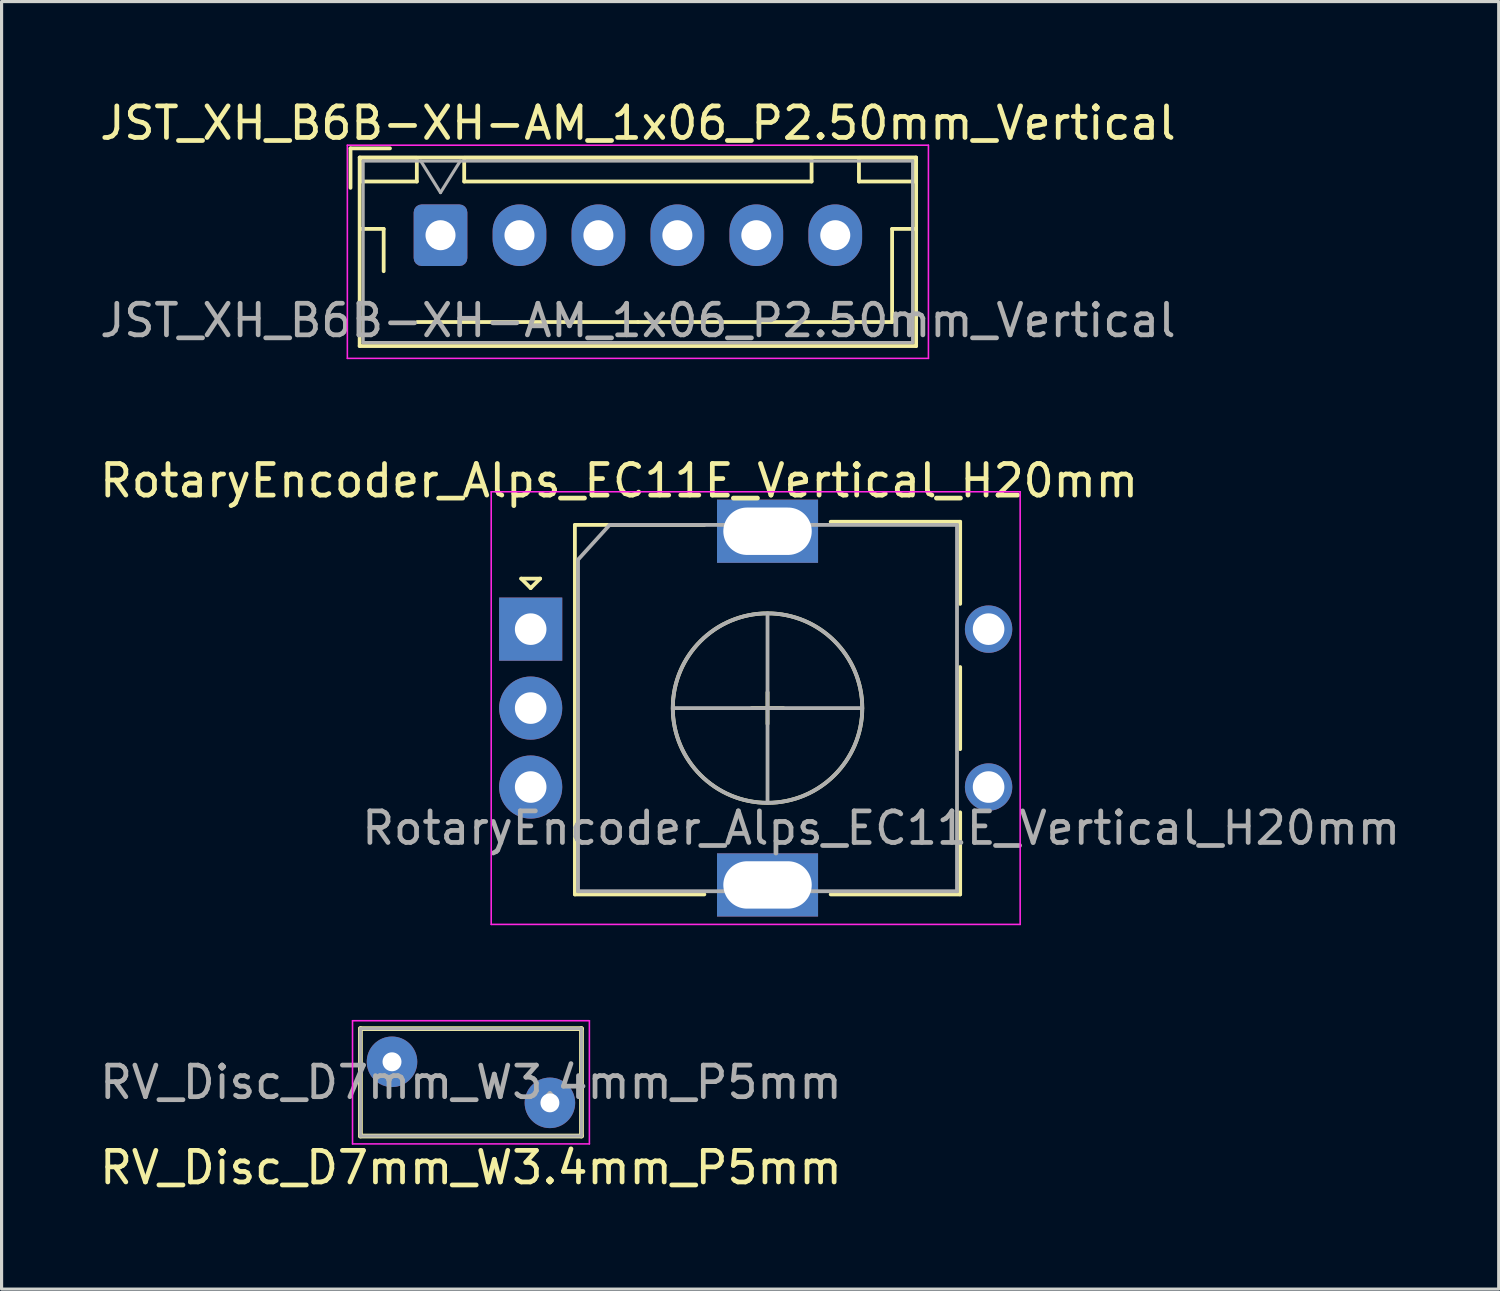
<source format=kicad_pcb>
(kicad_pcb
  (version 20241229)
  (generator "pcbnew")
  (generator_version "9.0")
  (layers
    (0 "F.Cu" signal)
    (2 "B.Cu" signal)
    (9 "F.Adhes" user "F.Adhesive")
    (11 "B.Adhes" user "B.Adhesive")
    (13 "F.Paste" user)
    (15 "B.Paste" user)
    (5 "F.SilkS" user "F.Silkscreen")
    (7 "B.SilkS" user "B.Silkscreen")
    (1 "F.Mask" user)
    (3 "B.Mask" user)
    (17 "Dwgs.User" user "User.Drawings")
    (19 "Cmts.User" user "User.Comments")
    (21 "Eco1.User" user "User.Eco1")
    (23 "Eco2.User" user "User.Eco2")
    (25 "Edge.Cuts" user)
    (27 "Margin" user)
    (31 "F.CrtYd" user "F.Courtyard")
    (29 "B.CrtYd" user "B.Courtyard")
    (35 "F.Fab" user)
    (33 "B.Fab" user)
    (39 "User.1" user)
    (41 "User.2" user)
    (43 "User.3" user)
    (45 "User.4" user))
  (footprint "RV_Disc_D7mm_W3.4mm_P5mm"
    (layer "F.Cu")
    (at 9.363 30.572)
    (property "Reference" "RV_Disc_D7mm_W3.4mm_P5mm" (at 2.5 3.35 0) (layer "F.SilkS") (effects (font (size 1 1) (thickness 0.15))))
    (attr through_hole)
    (fp_line (start -1 -1.05) (end -1 2.35) (stroke (width 0.15) (type solid)) (layer "F.SilkS"))
    (fp_line (start -1 -1.05) (end 6 -1.05) (stroke (width 0.15) (type solid)) (layer "F.SilkS"))
    (fp_line (start -1 2.35) (end 6 2.35) (stroke (width 0.15) (type solid)) (layer "F.SilkS"))
    (fp_line (start 6 -1.05) (end 6 2.35) (stroke (width 0.15) (type solid)) (layer "F.SilkS"))
    (fp_line (start -1.25 -1.3) (end -1.25 2.6) (stroke (width 0.05) (type solid)) (layer "F.CrtYd"))
    (fp_line (start -1.25 -1.3) (end 6.25 -1.3) (stroke (width 0.05) (type solid)) (layer "F.CrtYd"))
    (fp_line (start -1.25 2.6) (end 6.25 2.6) (stroke (width 0.05) (type solid)) (layer "F.CrtYd"))
    (fp_line (start 6.25 -1.3) (end 6.25 2.6) (stroke (width 0.05) (type solid)) (layer "F.CrtYd"))
    (fp_line (start -1 -1.05) (end -1 2.35) (stroke (width 0.1) (type solid)) (layer "F.Fab"))
    (fp_line (start -1 -1.05) (end 6 -1.05) (stroke (width 0.1) (type solid)) (layer "F.Fab"))
    (fp_line (start -1 2.35) (end 6 2.35) (stroke (width 0.1) (type solid)) (layer "F.Fab"))
    (fp_line (start 6 -1.05) (end 6 2.35) (stroke (width 0.1) (type solid)) (layer "F.Fab"))
    (fp_text user "${REFERENCE}" (at 2.5 0.65 0) (layer "F.Fab") (effects (font (size 1 1) (thickness 0.15))))
    (pad "1" thru_hole circle (at 0 0) (size 1.6 1.6) (drill 0.6) (layers "*.Cu" "*.Mask"))
    (pad "2" thru_hole circle (at 5 1.3) (size 1.6 1.6) (drill 0.6) (layers "*.Cu" "*.Mask")))
  (footprint "JST_XH_B6B-XH-AM_1x06_P2.50mm_Vertical"
    (layer "F.Cu")
    (at 10.899 4.398)
    (property "Reference" "JST_XH_B6B-XH-AM_1x06_P2.50mm_Vertical" (at 6.25 -3.55 0) (layer "F.SilkS") (effects (font (size 1 1) (thickness 0.15))))
    (attr through_hole)
    (fp_line (start -2.85 -2.75) (end -2.85 -1.5) (stroke (width 0.12) (type solid)) (layer "F.SilkS"))
    (fp_line (start -2.56 -2.46) (end -2.56 3.51) (stroke (width 0.12) (type solid)) (layer "F.SilkS"))
    (fp_line (start -2.56 3.51) (end 15.06 3.51) (stroke (width 0.12) (type solid)) (layer "F.SilkS"))
    (fp_line (start -2.55 -2.45) (end -2.55 -1.7) (stroke (width 0.12) (type solid)) (layer "F.SilkS"))
    (fp_line (start -2.55 -1.7) (end -0.75 -1.7) (stroke (width 0.12) (type solid)) (layer "F.SilkS"))
    (fp_line (start -2.55 -0.2) (end -1.8 -0.2) (stroke (width 0.12) (type solid)) (layer "F.SilkS"))
    (fp_line (start -1.8 -0.2) (end -1.8 1.14) (stroke (width 0.12) (type solid)) (layer "F.SilkS"))
    (fp_line (start -1.6 -2.75) (end -2.85 -2.75) (stroke (width 0.12) (type solid)) (layer "F.SilkS"))
    (fp_line (start -0.75 -2.45) (end -2.55 -2.45) (stroke (width 0.12) (type solid)) (layer "F.SilkS"))
    (fp_line (start -0.75 -1.7) (end -0.75 -2.45) (stroke (width 0.12) (type solid)) (layer "F.SilkS"))
    (fp_line (start 0.75 -2.45) (end 0.75 -1.7) (stroke (width 0.12) (type solid)) (layer "F.SilkS"))
    (fp_line (start 0.75 -1.7) (end 11.75 -1.7) (stroke (width 0.12) (type solid)) (layer "F.SilkS"))
    (fp_line (start 6.25 2.75) (end -0.74 2.75) (stroke (width 0.12) (type solid)) (layer "F.SilkS"))
    (fp_line (start 11.75 -2.45) (end 0.75 -2.45) (stroke (width 0.12) (type solid)) (layer "F.SilkS"))
    (fp_line (start 11.75 -1.7) (end 11.75 -2.45) (stroke (width 0.12) (type solid)) (layer "F.SilkS"))
    (fp_line (start 13.25 -2.45) (end 13.25 -1.7) (stroke (width 0.12) (type solid)) (layer "F.SilkS"))
    (fp_line (start 13.25 -1.7) (end 15.05 -1.7) (stroke (width 0.12) (type solid)) (layer "F.SilkS"))
    (fp_line (start 14.3 -0.2) (end 14.3 2.75) (stroke (width 0.12) (type solid)) (layer "F.SilkS"))
    (fp_line (start 14.3 2.75) (end 6.25 2.75) (stroke (width 0.12) (type solid)) (layer "F.SilkS"))
    (fp_line (start 15.05 -2.45) (end 13.25 -2.45) (stroke (width 0.12) (type solid)) (layer "F.SilkS"))
    (fp_line (start 15.05 -1.7) (end 15.05 -2.45) (stroke (width 0.12) (type solid)) (layer "F.SilkS"))
    (fp_line (start 15.05 -0.2) (end 14.3 -0.2) (stroke (width 0.12) (type solid)) (layer "F.SilkS"))
    (fp_line (start 15.06 -2.46) (end -2.56 -2.46) (stroke (width 0.12) (type solid)) (layer "F.SilkS"))
    (fp_line (start 15.06 3.51) (end 15.06 -2.46) (stroke (width 0.12) (type solid)) (layer "F.SilkS"))
    (fp_line (start -2.95 -2.85) (end -2.95 3.9) (stroke (width 0.05) (type solid)) (layer "F.CrtYd"))
    (fp_line (start -2.95 3.9) (end 15.45 3.9) (stroke (width 0.05) (type solid)) (layer "F.CrtYd"))
    (fp_line (start 15.45 -2.85) (end -2.95 -2.85) (stroke (width 0.05) (type solid)) (layer "F.CrtYd"))
    (fp_line (start 15.45 3.9) (end 15.45 -2.85) (stroke (width 0.05) (type solid)) (layer "F.CrtYd"))
    (fp_line (start -2.45 -2.35) (end -2.45 3.4) (stroke (width 0.1) (type solid)) (layer "F.Fab"))
    (fp_line (start -2.45 3.4) (end 14.95 3.4) (stroke (width 0.1) (type solid)) (layer "F.Fab"))
    (fp_line (start -0.625 -2.35) (end 0 -1.35) (stroke (width 0.1) (type solid)) (layer "F.Fab"))
    (fp_line (start 0 -1.35) (end 0.625 -2.35) (stroke (width 0.1) (type solid)) (layer "F.Fab"))
    (fp_line (start 14.95 -2.35) (end -2.45 -2.35) (stroke (width 0.1) (type solid)) (layer "F.Fab"))
    (fp_line (start 14.95 3.4) (end 14.95 -2.35) (stroke (width 0.1) (type solid)) (layer "F.Fab"))
    (fp_text user "${REFERENCE}" (at 6.25 2.7 0) (layer "F.Fab") (effects (font (size 1 1) (thickness 0.15))))
    (pad "1" thru_hole roundrect (at 0 0) (size 1.7 1.95) (drill 0.95) (layers "*.Cu" "*.Mask") (roundrect_rratio 0.147))
    (pad "2" thru_hole oval (at 2.5 0) (size 1.7 1.95) (drill 0.95) (layers "*.Cu" "*.Mask"))
    (pad "3" thru_hole oval (at 5 0) (size 1.7 1.95) (drill 0.95) (layers "*.Cu" "*.Mask"))
    (pad "4" thru_hole oval (at 7.5 0) (size 1.7 1.95) (drill 0.95) (layers "*.Cu" "*.Mask"))
    (pad "5" thru_hole oval (at 10 0) (size 1.7 1.95) (drill 0.95) (layers "*.Cu" "*.Mask"))
    (pad "6" thru_hole oval (at 12.5 0) (size 1.7 1.95) (drill 0.95) (layers "*.Cu" "*.Mask")))
  (footprint "RotaryEncoder_Alps_EC11E_Vertical_H20mm"
    (layer "F.Cu")
    (at 13.754 16.872)
    (property "Reference" "RotaryEncoder_Alps_EC11E_Vertical_H20mm" (at 2.8 -4.7 0) (layer "F.SilkS") (effects (font (size 1 1) (thickness 0.15))))
    (attr through_hole)
    (fp_line (start -0.3 -1.6) (end 0.3 -1.6) (stroke (width 0.12) (type solid)) (layer "F.SilkS"))
    (fp_line (start 0 -1.3) (end -0.3 -1.6) (stroke (width 0.12) (type solid)) (layer "F.SilkS"))
    (fp_line (start 0.3 -1.6) (end 0 -1.3) (stroke (width 0.12) (type solid)) (layer "F.SilkS"))
    (fp_line (start 1.4 -3.3) (end 1.4 8.4) (stroke (width 0.12) (type solid)) (layer "F.SilkS"))
    (fp_line (start 5.5 -3.3) (end 1.4 -3.3) (stroke (width 0.12) (type solid)) (layer "F.SilkS"))
    (fp_line (start 5.5 8.4) (end 1.4 8.4) (stroke (width 0.12) (type solid)) (layer "F.SilkS"))
    (fp_line (start 7 2.5) (end 8 2.5) (stroke (width 0.12) (type solid)) (layer "F.SilkS"))
    (fp_line (start 7.5 2) (end 7.5 3) (stroke (width 0.12) (type solid)) (layer "F.SilkS"))
    (fp_line (start 9.5 -3.4) (end 13.6 -3.4) (stroke (width 0.12) (type solid)) (layer "F.SilkS"))
    (fp_line (start 13.6 -3.4) (end 13.6 -0.8) (stroke (width 0.12) (type solid)) (layer "F.SilkS"))
    (fp_line (start 13.6 1.2) (end 13.6 3.8) (stroke (width 0.12) (type solid)) (layer "F.SilkS"))
    (fp_line (start 13.6 5.8) (end 13.6 8.4) (stroke (width 0.12) (type solid)) (layer "F.SilkS"))
    (fp_line (start 13.6 8.4) (end 9.5 8.4) (stroke (width 0.12) (type solid)) (layer "F.SilkS"))
    (fp_circle (center 7.5 2.5) (end 10.5 2.5) (stroke (width 0.12) (type solid)) (fill no) (layer "F.SilkS"))
    (fp_line (start -1.25 -4.35) (end -1.25 9.35) (stroke (width 0.05) (type solid)) (layer "F.CrtYd"))
    (fp_line (start -1.25 -4.35) (end 15.5 -4.35) (stroke (width 0.05) (type solid)) (layer "F.CrtYd"))
    (fp_line (start 15.5 9.35) (end -1.25 9.35) (stroke (width 0.05) (type solid)) (layer "F.CrtYd"))
    (fp_line (start 15.5 9.35) (end 15.5 -4.35) (stroke (width 0.05) (type solid)) (layer "F.CrtYd"))
    (fp_line (start 1.5 -2.2) (end 2.5 -3.3) (stroke (width 0.12) (type solid)) (layer "F.Fab"))
    (fp_line (start 1.5 8.3) (end 1.5 -2.2) (stroke (width 0.12) (type solid)) (layer "F.Fab"))
    (fp_line (start 2.5 -3.3) (end 13.5 -3.3) (stroke (width 0.12) (type solid)) (layer "F.Fab"))
    (fp_line (start 4.5 2.5) (end 10.5 2.5) (stroke (width 0.12) (type solid)) (layer "F.Fab"))
    (fp_line (start 7.5 -0.5) (end 7.5 5.5) (stroke (width 0.12) (type solid)) (layer "F.Fab"))
    (fp_line (start 13.5 -3.3) (end 13.5 8.3) (stroke (width 0.12) (type solid)) (layer "F.Fab"))
    (fp_line (start 13.5 8.3) (end 1.5 8.3) (stroke (width 0.12) (type solid)) (layer "F.Fab"))
    (fp_circle (center 7.5 2.5) (end 10.5 2.5) (stroke (width 0.12) (type solid)) (fill no) (layer "F.Fab"))
    (fp_text user "${REFERENCE}" (at 11.1 6.3 0) (layer "F.Fab") (effects (font (size 1 1) (thickness 0.15))))
    (pad "A" thru_hole rect (at 0 0) (size 2 2) (drill 1) (layers "*.Cu" "*.Mask"))
    (pad "B" thru_hole circle (at 0 5) (size 2 2) (drill 1) (layers "*.Cu" "*.Mask"))
    (pad "C" thru_hole circle (at 0 2.5) (size 2 2) (drill 1) (layers "*.Cu" "*.Mask"))
    (pad "MP" thru_hole rect (at 7.5 -3.1) (size 3.2 2) (drill oval 2.8 1.5) (layers "*.Cu" "*.Mask"))
    (pad "MP" thru_hole rect (at 7.5 8.1) (size 3.2 2) (drill oval 2.8 1.5) (layers "*.Cu" "*.Mask"))
    (pad "S1" thru_hole circle (at 14.5 0) (size 1.5 1.5) (drill 1) (layers "*.Cu" "*.Mask"))
    (pad "S2" thru_hole circle (at 14.5 5) (size 1.5 1.5) (drill 1) (layers "*.Cu" "*.Mask")))
  (gr_rect
    (start -3 -3)
    (end 44.407 37.77)
    (stroke (width 0.1) (type default))
    (fill no)
    (layer "Edge.Cuts")))
</source>
